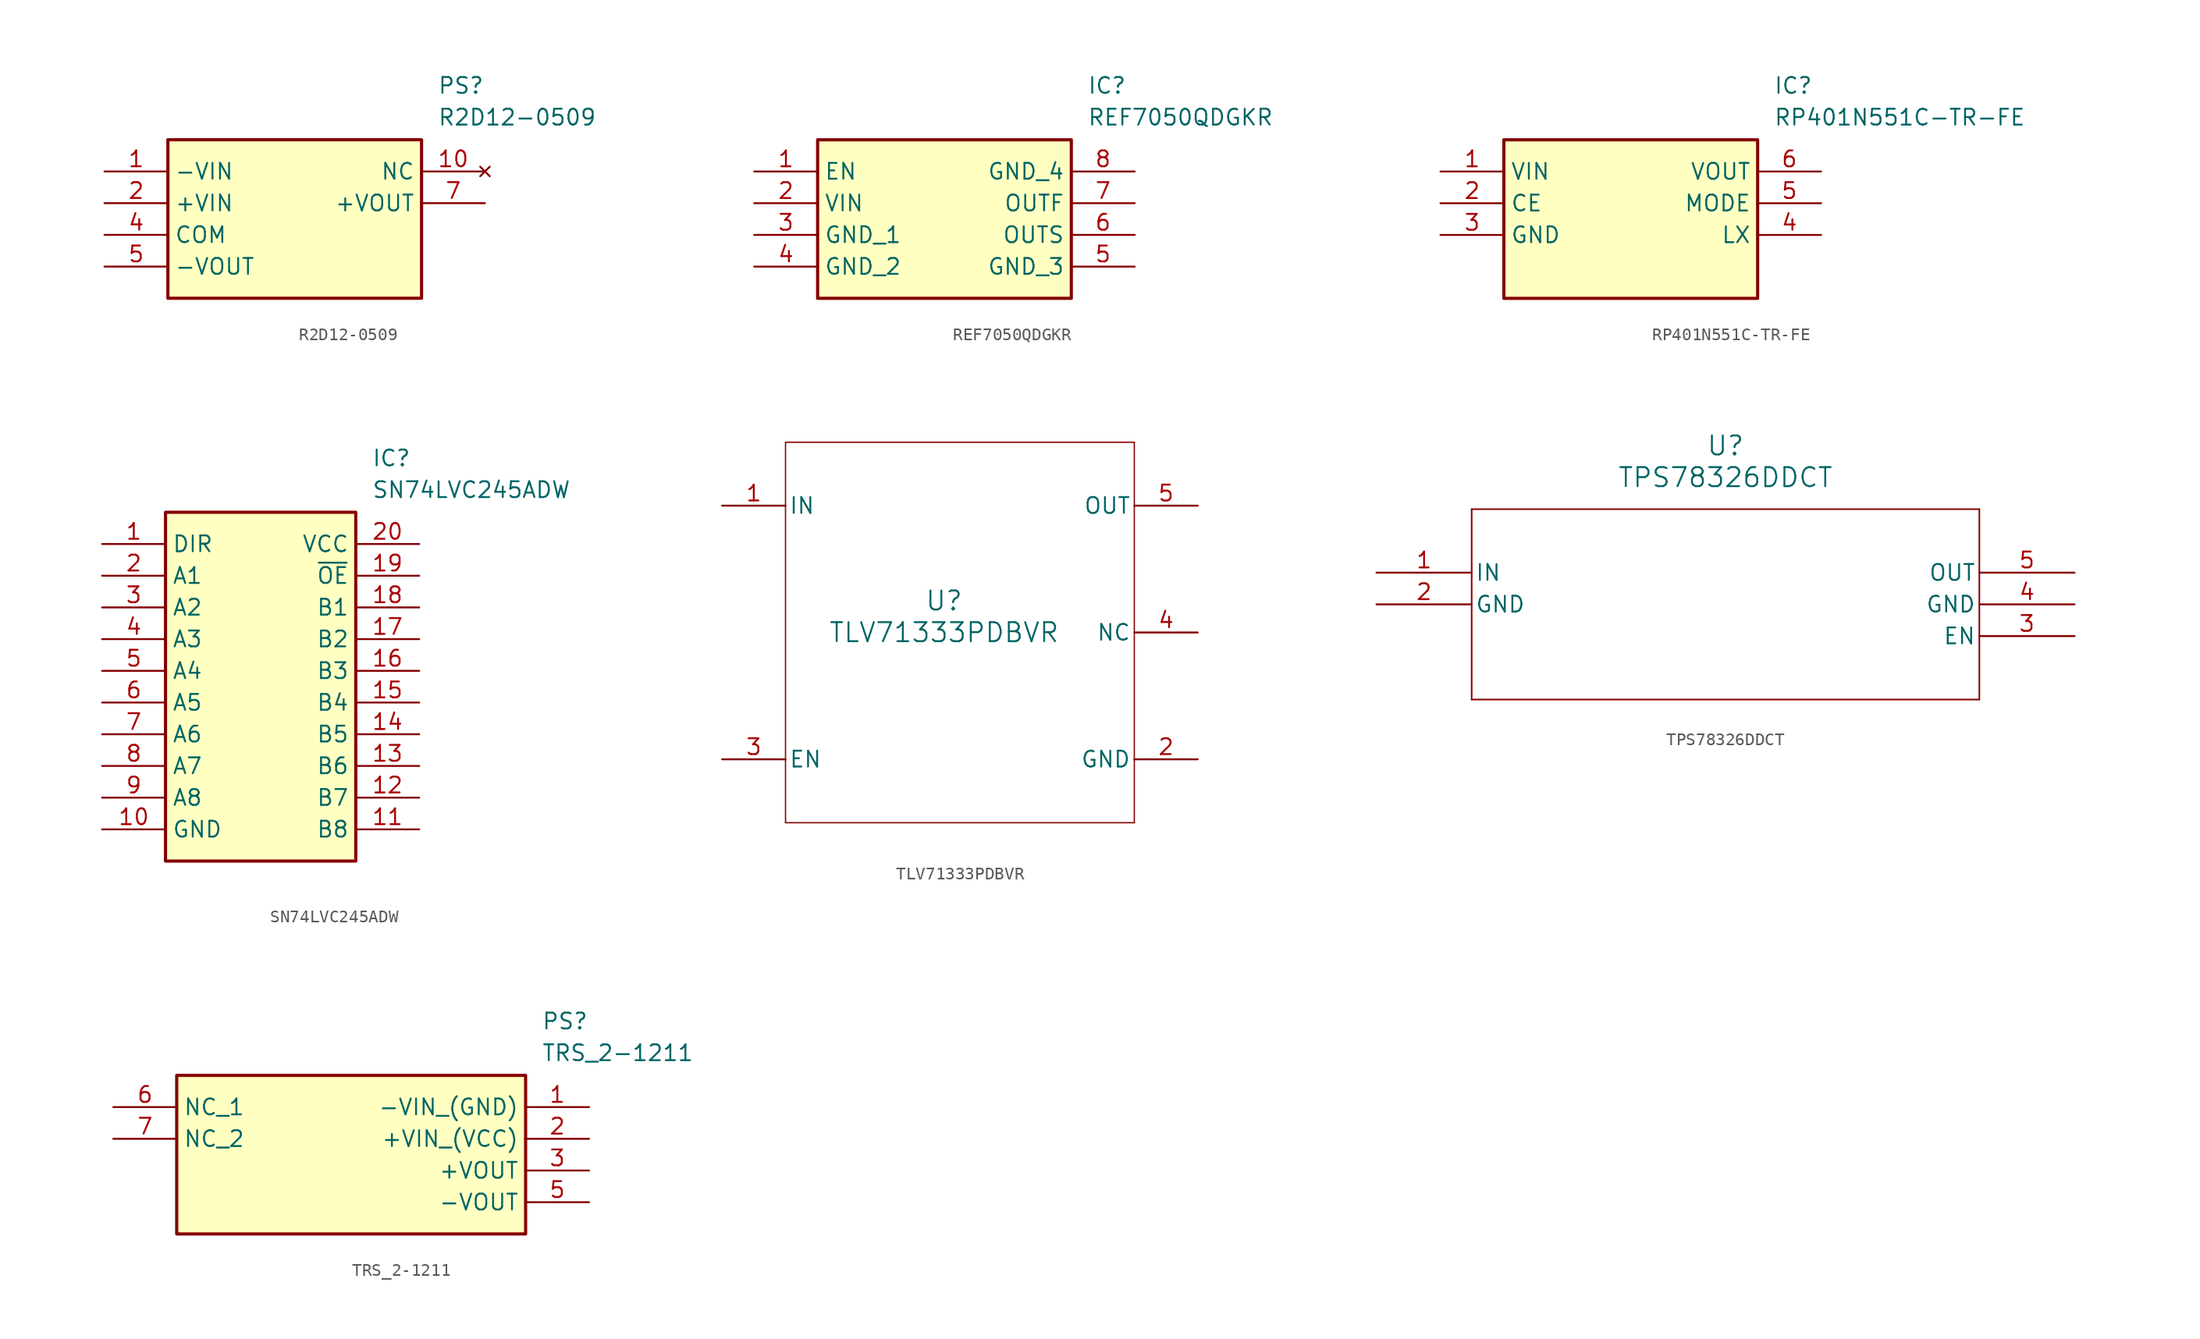
<source format=kicad_sym>
(kicad_symbol_lib
  (version 20220914)
  (generator kicad_symbol_editor)
  (symbol "R2D12-0509"
    (property "Reference" "PS"
      (at 26.67 7.62 0)
      (effects (font (size 1.27 1.27)) (justify left top)))
    (property "Value" "R2D12-0509"
      (at 26.67 5.08 0)
      (effects (font (size 1.27 1.27)) (justify left top)))
    (symbol "R2D12-0509_1_1"
      (rectangle (start 5.08 2.54) (end 25.4 -10.16) (stroke (width 0.254) (type default)) (fill (type background)))
      (pin passive line (at 0 0 0) (length 5.08) (name "-VIN" (effects (font (size 1.27 1.27)))) (number "1" (effects (font (size 1.27 1.27)))))
      (pin no_connect line (at 30.48 0 180) (length 5.08) (name "NC" (effects (font (size 1.27 1.27)))) (number "10" (effects (font (size 1.27 1.27)))))
      (pin passive line (at 0 -2.54 0) (length 5.08) (name "+VIN" (effects (font (size 1.27 1.27)))) (number "2" (effects (font (size 1.27 1.27)))))
      (pin passive line (at 0 -5.08 0) (length 5.08) (name "COM" (effects (font (size 1.27 1.27)))) (number "4" (effects (font (size 1.27 1.27)))))
      (pin passive line (at 0 -7.62 0) (length 5.08) (name "-VOUT" (effects (font (size 1.27 1.27)))) (number "5" (effects (font (size 1.27 1.27)))))
      (pin passive line (at 30.48 -2.54 180) (length 5.08) (name "+VOUT" (effects (font (size 1.27 1.27)))) (number "7" (effects (font (size 1.27 1.27)))))))
  (symbol "REF7050QDGKR"
    (property "Reference" "IC"
      (at 26.67 7.62 0)
      (effects (font (size 1.27 1.27)) (justify left top)))
    (property "Value" "REF7050QDGKR"
      (at 26.67 5.08 0)
      (effects (font (size 1.27 1.27)) (justify left top)))
    (symbol "REF7050QDGKR_1_1"
      (rectangle (start 5.08 2.54) (end 25.4 -10.16) (stroke (width 0.254) (type default)) (fill (type background)))
      (pin passive line (at 0 0 0) (length 5.08) (name "EN" (effects (font (size 1.27 1.27)))) (number "1" (effects (font (size 1.27 1.27)))))
      (pin passive line (at 0 -2.54 0) (length 5.08) (name "VIN" (effects (font (size 1.27 1.27)))) (number "2" (effects (font (size 1.27 1.27)))))
      (pin passive line (at 0 -5.08 0) (length 5.08) (name "GND_1" (effects (font (size 1.27 1.27)))) (number "3" (effects (font (size 1.27 1.27)))))
      (pin passive line (at 0 -7.62 0) (length 5.08) (name "GND_2" (effects (font (size 1.27 1.27)))) (number "4" (effects (font (size 1.27 1.27)))))
      (pin passive line (at 30.48 -7.62 180) (length 5.08) (name "GND_3" (effects (font (size 1.27 1.27)))) (number "5" (effects (font (size 1.27 1.27)))))
      (pin passive line (at 30.48 -5.08 180) (length 5.08) (name "OUTS" (effects (font (size 1.27 1.27)))) (number "6" (effects (font (size 1.27 1.27)))))
      (pin passive line (at 30.48 -2.54 180) (length 5.08) (name "OUTF" (effects (font (size 1.27 1.27)))) (number "7" (effects (font (size 1.27 1.27)))))
      (pin passive line (at 30.48 0 180) (length 5.08) (name "GND_4" (effects (font (size 1.27 1.27)))) (number "8" (effects (font (size 1.27 1.27)))))))
  (symbol "RP401N551C-TR-FE"
    (property "Reference" "IC"
      (at 26.67 7.62 0)
      (effects (font (size 1.27 1.27)) (justify left top)))
    (property "Value" "RP401N551C-TR-FE"
      (at 26.67 5.08 0)
      (effects (font (size 1.27 1.27)) (justify left top)))
    (symbol "RP401N551C-TR-FE_1_1"
      (rectangle (start 5.08 2.54) (end 25.4 -10.16) (stroke (width 0.254) (type default)) (fill (type background)))
      (pin passive line (at 0 0 0) (length 5.08) (name "VIN" (effects (font (size 1.27 1.27)))) (number "1" (effects (font (size 1.27 1.27)))))
      (pin passive line (at 0 -2.54 0) (length 5.08) (name "CE" (effects (font (size 1.27 1.27)))) (number "2" (effects (font (size 1.27 1.27)))))
      (pin passive line (at 0 -5.08 0) (length 5.08) (name "GND" (effects (font (size 1.27 1.27)))) (number "3" (effects (font (size 1.27 1.27)))))
      (pin passive line (at 30.48 -5.08 180) (length 5.08) (name "LX" (effects (font (size 1.27 1.27)))) (number "4" (effects (font (size 1.27 1.27)))))
      (pin passive line (at 30.48 -2.54 180) (length 5.08) (name "MODE" (effects (font (size 1.27 1.27)))) (number "5" (effects (font (size 1.27 1.27)))))
      (pin passive line (at 30.48 0 180) (length 5.08) (name "VOUT" (effects (font (size 1.27 1.27)))) (number "6" (effects (font (size 1.27 1.27)))))))
  (symbol "SN74LVC245ADW"
    (property "Reference" "IC"
      (at 21.59 7.62 0)
      (effects (font (size 1.27 1.27)) (justify left top)))
    (property "Value" "SN74LVC245ADW"
      (at 21.59 5.08 0)
      (effects (font (size 1.27 1.27)) (justify left top)))
    (symbol "SN74LVC245ADW_1_1"
      (rectangle (start 5.08 2.54) (end 20.32 -25.4) (stroke (width 0.254) (type default)) (fill (type background)))
      (pin passive line (at 0 0 0) (length 5.08) (name "DIR" (effects (font (size 1.27 1.27)))) (number "1" (effects (font (size 1.27 1.27)))))
      (pin passive line (at 0 -22.86 0) (length 5.08) (name "GND" (effects (font (size 1.27 1.27)))) (number "10" (effects (font (size 1.27 1.27)))))
      (pin passive line (at 25.4 -22.86 180) (length 5.08) (name "B8" (effects (font (size 1.27 1.27)))) (number "11" (effects (font (size 1.27 1.27)))))
      (pin passive line (at 25.4 -20.32 180) (length 5.08) (name "B7" (effects (font (size 1.27 1.27)))) (number "12" (effects (font (size 1.27 1.27)))))
      (pin passive line (at 25.4 -17.78 180) (length 5.08) (name "B6" (effects (font (size 1.27 1.27)))) (number "13" (effects (font (size 1.27 1.27)))))
      (pin passive line (at 25.4 -15.24 180) (length 5.08) (name "B5" (effects (font (size 1.27 1.27)))) (number "14" (effects (font (size 1.27 1.27)))))
      (pin passive line (at 25.4 -12.7 180) (length 5.08) (name "B4" (effects (font (size 1.27 1.27)))) (number "15" (effects (font (size 1.27 1.27)))))
      (pin passive line (at 25.4 -10.16 180) (length 5.08) (name "B3" (effects (font (size 1.27 1.27)))) (number "16" (effects (font (size 1.27 1.27)))))
      (pin passive line (at 25.4 -7.62 180) (length 5.08) (name "B2" (effects (font (size 1.27 1.27)))) (number "17" (effects (font (size 1.27 1.27)))))
      (pin passive line (at 25.4 -5.08 180) (length 5.08) (name "B1" (effects (font (size 1.27 1.27)))) (number "18" (effects (font (size 1.27 1.27)))))
      (pin passive line (at 25.4 -2.54 180) (length 5.08) (name "~{OE}" (effects (font (size 1.27 1.27)))) (number "19" (effects (font (size 1.27 1.27)))))
      (pin passive line (at 0 -2.54 0) (length 5.08) (name "A1" (effects (font (size 1.27 1.27)))) (number "2" (effects (font (size 1.27 1.27)))))
      (pin passive line (at 25.4 0 180) (length 5.08) (name "VCC" (effects (font (size 1.27 1.27)))) (number "20" (effects (font (size 1.27 1.27)))))
      (pin passive line (at 0 -5.08 0) (length 5.08) (name "A2" (effects (font (size 1.27 1.27)))) (number "3" (effects (font (size 1.27 1.27)))))
      (pin passive line (at 0 -7.62 0) (length 5.08) (name "A3" (effects (font (size 1.27 1.27)))) (number "4" (effects (font (size 1.27 1.27)))))
      (pin passive line (at 0 -10.16 0) (length 5.08) (name "A4" (effects (font (size 1.27 1.27)))) (number "5" (effects (font (size 1.27 1.27)))))
      (pin passive line (at 0 -12.7 0) (length 5.08) (name "A5" (effects (font (size 1.27 1.27)))) (number "6" (effects (font (size 1.27 1.27)))))
      (pin passive line (at 0 -15.24 0) (length 5.08) (name "A6" (effects (font (size 1.27 1.27)))) (number "7" (effects (font (size 1.27 1.27)))))
      (pin passive line (at 0 -17.78 0) (length 5.08) (name "A7" (effects (font (size 1.27 1.27)))) (number "8" (effects (font (size 1.27 1.27)))))
      (pin passive line (at 0 -20.32 0) (length 5.08) (name "A8" (effects (font (size 1.27 1.27)))) (number "9" (effects (font (size 1.27 1.27)))))))
  (symbol "TLV71333PDBVR"
    (pin_names
      (offset 0.254))
    (property "Reference" "U"
      (at 0 2.54 0)
      (effects (font (size 1.524 1.524))))
    (property "Value" "TLV71333PDBVR"
      (at 0 0 0)
      (effects (font (size 1.524 1.524))))
    (property "ki_locked" ""
      (at 0 0 0)
      (effects (font (size 1.27 1.27))))
    (symbol "TLV71333PDBVR_0_1"
      (polyline (pts (xy -12.7 -15.24) (xy 15.24 -15.24)) (stroke (width 0.102) (type default)) (fill (type none)))
      (polyline (pts (xy -12.7 15.24) (xy -12.7 -15.24)) (stroke (width 0.102) (type default)) (fill (type none)))
      (polyline (pts (xy 15.24 -15.24) (xy 15.24 15.24)) (stroke (width 0.102) (type default)) (fill (type none)))
      (polyline (pts (xy 15.24 15.24) (xy -12.7 15.24)) (stroke (width 0.102) (type default)) (fill (type none)))
      (pin power_in line (at -17.78 10.16 0) (length 5.08) (name "IN" (effects (font (size 1.27 1.27)))) (number "1" (effects (font (size 1.27 1.27)))))
      (pin power_in line (at 20.32 -10.16 180) (length 5.08) (name "GND" (effects (font (size 1.27 1.27)))) (number "2" (effects (font (size 1.27 1.27)))))
      (pin input line (at -17.78 -10.16 0) (length 5.08) (name "EN" (effects (font (size 1.27 1.27)))) (number "3" (effects (font (size 1.27 1.27)))))
      (pin unspecified line (at 20.32 0 180) (length 5.08) (name "NC" (effects (font (size 1.27 1.27)))) (number "4" (effects (font (size 1.27 1.27)))))
      (pin power_in line (at 20.32 10.16 180) (length 5.08) (name "OUT" (effects (font (size 1.27 1.27)))) (number "5" (effects (font (size 1.27 1.27)))))))
  (symbol "TPS78326DDCT"
    (pin_names
      (offset 0.254))
    (property "Reference" "U"
      (at 27.94 10.16 0)
      (effects (font (size 1.524 1.524))))
    (property "Value" "TPS78326DDCT"
      (at 27.94 7.62 0)
      (effects (font (size 1.524 1.524))))
    (property "ki_locked" ""
      (at 0 0 0)
      (effects (font (size 1.27 1.27))))
    (symbol "TPS78326DDCT_0_1"
      (polyline (pts (xy 7.62 -10.16) (xy 48.26 -10.16)) (stroke (width 0.127) (type default)) (fill (type none)))
      (polyline (pts (xy 7.62 5.08) (xy 7.62 -10.16)) (stroke (width 0.127) (type default)) (fill (type none)))
      (polyline (pts (xy 48.26 -10.16) (xy 48.26 5.08)) (stroke (width 0.127) (type default)) (fill (type none)))
      (polyline (pts (xy 48.26 5.08) (xy 7.62 5.08)) (stroke (width 0.127) (type default)) (fill (type none)))
      (pin input line (at 0 0 0) (length 7.62) (name "IN" (effects (font (size 1.27 1.27)))) (number "1" (effects (font (size 1.27 1.27)))))
      (pin power_in line (at 0 -2.54 0) (length 7.62) (name "GND" (effects (font (size 1.27 1.27)))) (number "2" (effects (font (size 1.27 1.27)))))
      (pin input line (at 55.88 -5.08 180) (length 7.62) (name "EN" (effects (font (size 1.27 1.27)))) (number "3" (effects (font (size 1.27 1.27)))))
      (pin power_in line (at 55.88 -2.54 180) (length 7.62) (name "GND" (effects (font (size 1.27 1.27)))) (number "4" (effects (font (size 1.27 1.27)))))
      (pin output line (at 55.88 0 180) (length 7.62) (name "OUT" (effects (font (size 1.27 1.27)))) (number "5" (effects (font (size 1.27 1.27)))))))
  (symbol "TRS_2-1211"
    (property "Reference" "PS"
      (at 34.29 7.62 0)
      (effects (font (size 1.27 1.27)) (justify left top)))
    (property "Value" "TRS_2-1211"
      (at 34.29 5.08 0)
      (effects (font (size 1.27 1.27)) (justify left top)))
    (symbol "TRS_2-1211_1_1"
      (rectangle (start 5.08 2.54) (end 33.02 -10.16) (stroke (width 0.254) (type default)) (fill (type background)))
      (pin passive line (at 38.1 0 180) (length 5.08) (name "-VIN_(GND)" (effects (font (size 1.27 1.27)))) (number "1" (effects (font (size 1.27 1.27)))))
      (pin passive line (at 38.1 -2.54 180) (length 5.08) (name "+VIN_(VCC)" (effects (font (size 1.27 1.27)))) (number "2" (effects (font (size 1.27 1.27)))))
      (pin passive line (at 38.1 -5.08 180) (length 5.08) (name "+VOUT" (effects (font (size 1.27 1.27)))) (number "3" (effects (font (size 1.27 1.27)))))
      (pin passive line (at 38.1 -7.62 180) (length 5.08) (name "-VOUT" (effects (font (size 1.27 1.27)))) (number "5" (effects (font (size 1.27 1.27)))))
      (pin passive line (at 0 0 0) (length 5.08) (name "NC_1" (effects (font (size 1.27 1.27)))) (number "6" (effects (font (size 1.27 1.27)))))
      (pin passive line (at 0 -2.54 0) (length 5.08) (name "NC_2" (effects (font (size 1.27 1.27)))) (number "7" (effects (font (size 1.27 1.27))))))))
</source>
